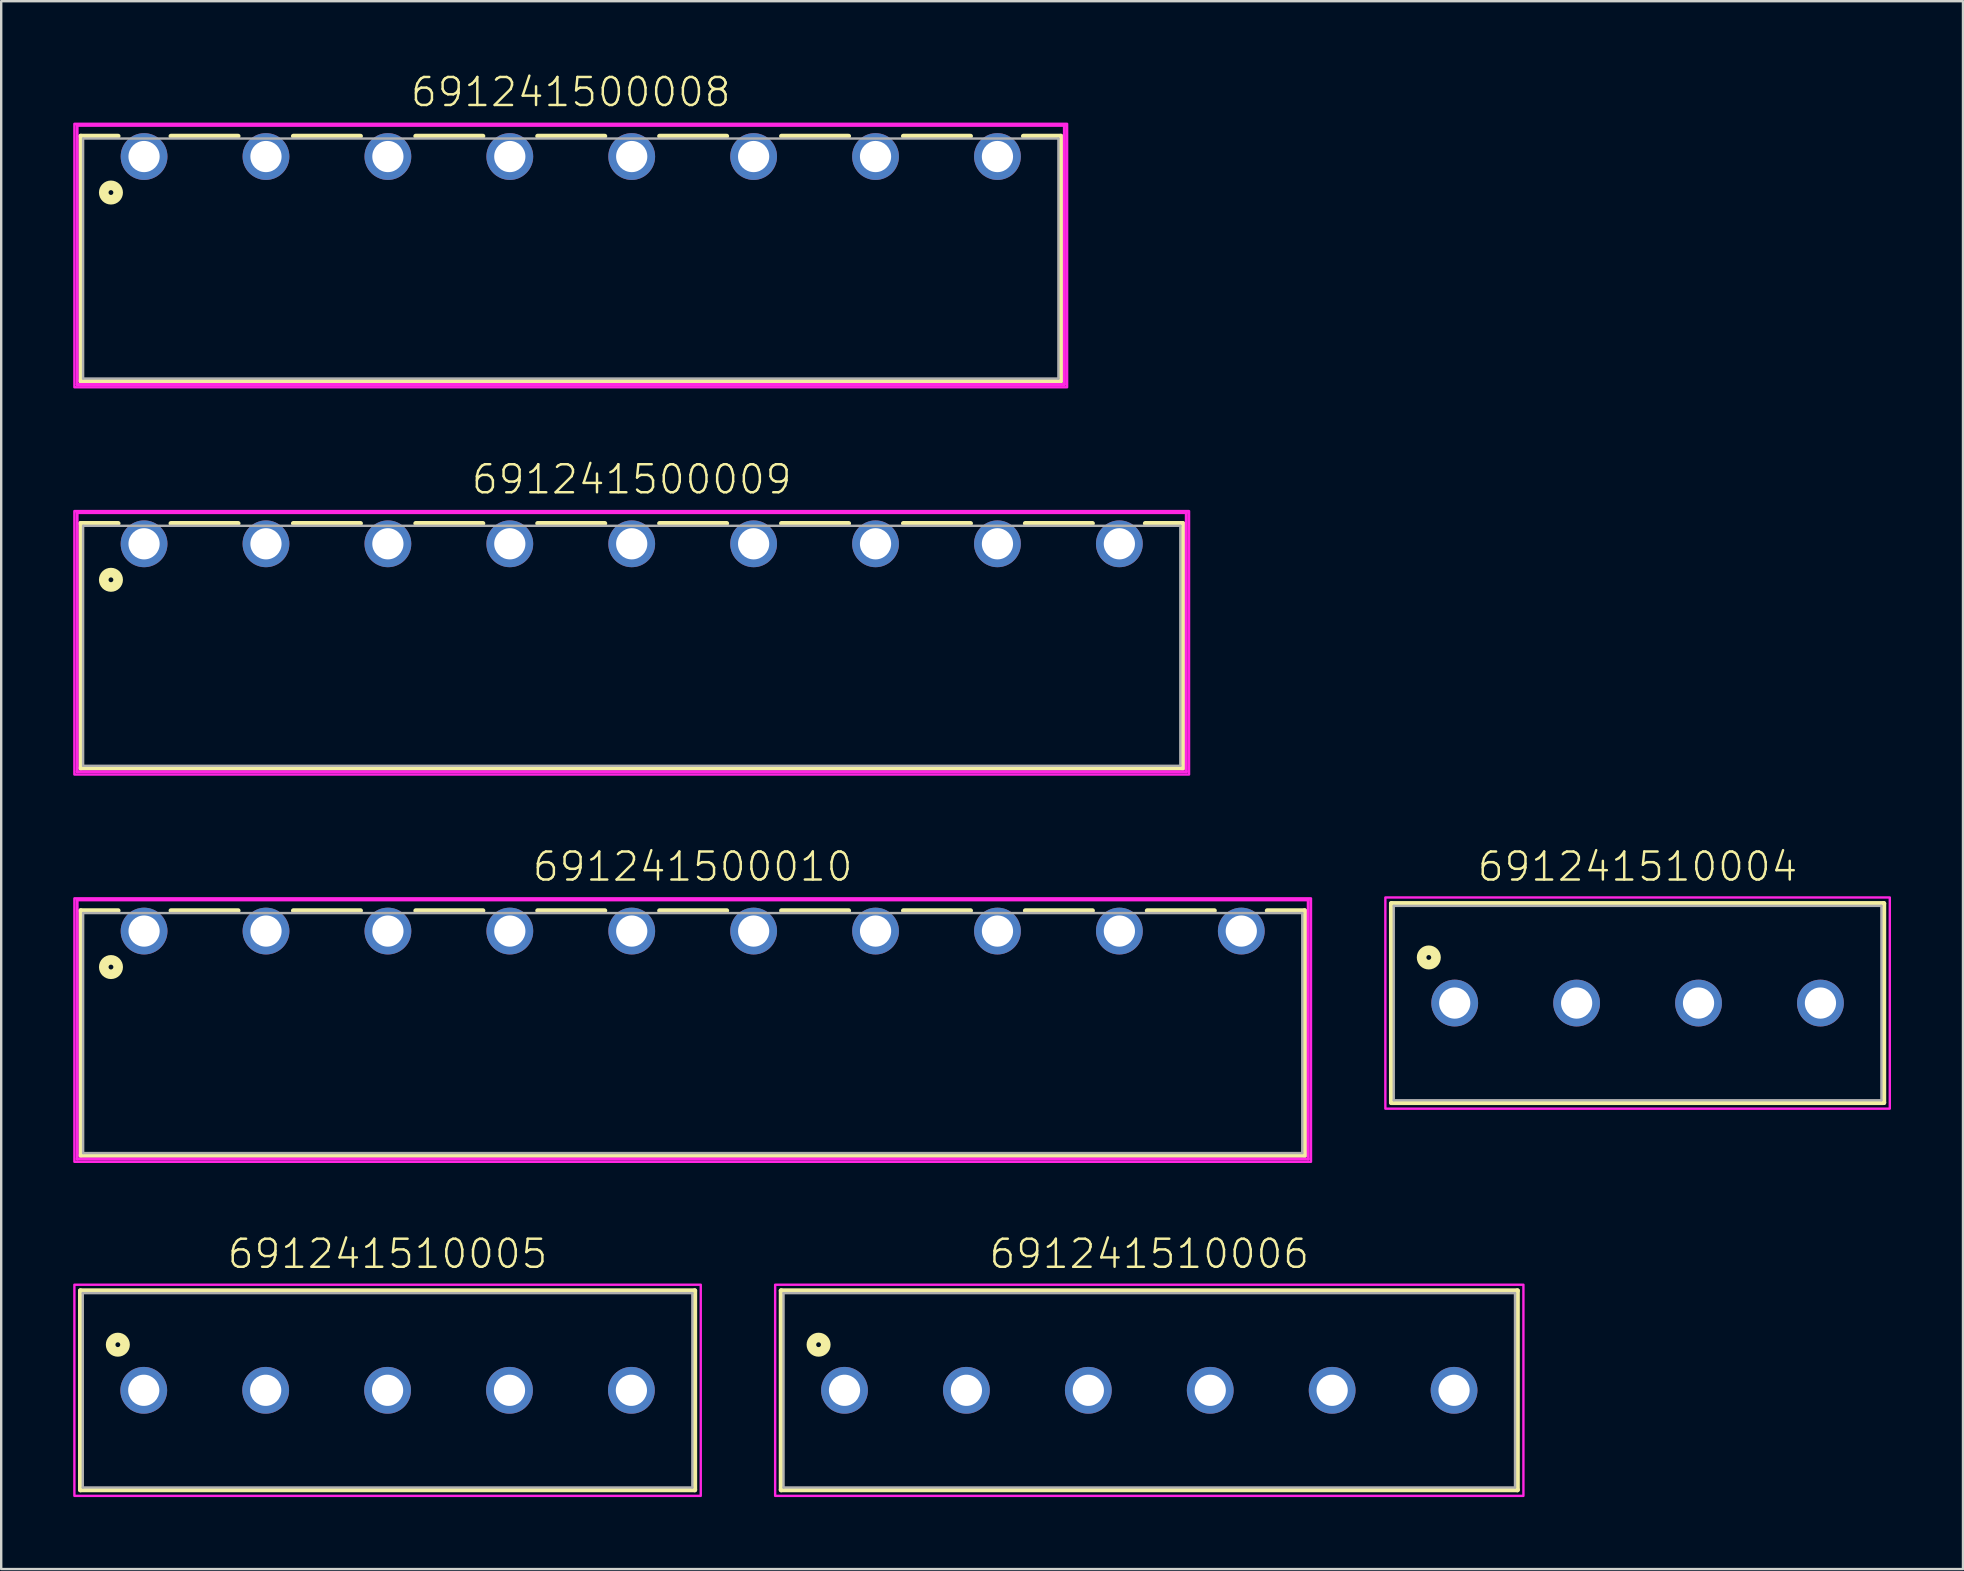
<source format=kicad_pcb>
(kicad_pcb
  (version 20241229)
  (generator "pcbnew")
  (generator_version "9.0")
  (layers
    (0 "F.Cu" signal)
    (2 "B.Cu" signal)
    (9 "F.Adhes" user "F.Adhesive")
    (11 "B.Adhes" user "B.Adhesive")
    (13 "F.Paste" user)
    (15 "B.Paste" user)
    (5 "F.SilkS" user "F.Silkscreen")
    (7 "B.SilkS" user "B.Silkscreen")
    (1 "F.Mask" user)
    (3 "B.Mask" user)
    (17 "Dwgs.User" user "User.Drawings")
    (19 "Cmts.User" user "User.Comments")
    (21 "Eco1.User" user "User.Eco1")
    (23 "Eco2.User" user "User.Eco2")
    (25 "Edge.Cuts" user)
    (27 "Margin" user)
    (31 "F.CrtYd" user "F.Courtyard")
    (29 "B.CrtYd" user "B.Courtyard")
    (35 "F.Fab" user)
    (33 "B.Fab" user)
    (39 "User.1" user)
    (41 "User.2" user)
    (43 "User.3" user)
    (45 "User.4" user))
  (footprint "691241510006"
    (layer "F.Cu")
    (at 44.84 54.883)
    (property "Reference" "691241510006" (at 0 -5 0) (unlocked yes) (layer "F.SilkS") (effects (font (size 1.168 1.168) (thickness 0.102)) (justify bottom)))
    (fp_line (start -15.34 -4.15) (end 15.34 -4.15) (stroke (width 0.2) (type solid)) (layer "F.SilkS"))
    (fp_line (start -15.34 4.15) (end -15.34 -4.15) (stroke (width 0.2) (type solid)) (layer "F.SilkS"))
    (fp_line (start 15.34 -4.15) (end 15.34 4.15) (stroke (width 0.2) (type solid)) (layer "F.SilkS"))
    (fp_line (start 15.34 4.15) (end -15.34 4.15) (stroke (width 0.2) (type solid)) (layer "F.SilkS"))
    (fp_circle (center -13.78 -1.9) (end -13.68 -1.9) (stroke (width 0.4) (type solid)) (fill no) (layer "F.SilkS"))
    (fp_poly (pts (xy 15.59 4.4) (xy -15.59 4.4) (xy -15.59 -4.4) (xy 15.59 -4.4)) (stroke (width 0.1) (type default)) (fill no) (layer "F.CrtYd"))
    (fp_line (start -15.24 -4.05) (end -15.24 4.05) (stroke (width 0.1) (type solid)) (layer "F.Fab"))
    (fp_line (start -15.24 -4.05) (end 15.24 -4.05) (stroke (width 0.1) (type solid)) (layer "F.Fab"))
    (fp_line (start -15.24 4.05) (end 15.24 4.05) (stroke (width 0.1) (type solid)) (layer "F.Fab"))
    (fp_line (start 15.24 -4.05) (end 15.24 4.05) (stroke (width 0.1) (type solid)) (layer "F.Fab"))
    (pad "1" thru_hole circle (at -12.7 0) (size 1.95 1.95) (drill 1.3) (layers "*.Cu" "*.Mask"))
    (pad "2" thru_hole circle (at -7.62 0) (size 1.95 1.95) (drill 1.3) (layers "*.Cu" "*.Mask"))
    (pad "3" thru_hole circle (at -2.54 0) (size 1.95 1.95) (drill 1.3) (layers "*.Cu" "*.Mask"))
    (pad "4" thru_hole circle (at 2.54 0) (size 1.95 1.95) (drill 1.3) (layers "*.Cu" "*.Mask"))
    (pad "5" thru_hole circle (at 7.62 0) (size 1.95 1.95) (drill 1.3) (layers "*.Cu" "*.Mask"))
    (pad "6" thru_hole circle (at 12.7 0) (size 1.95 1.95) (drill 1.3) (layers "*.Cu" "*.Mask")))
  (footprint "691241500008"
    (layer "F.Cu")
    (at 20.733 3.473)
    (property "Reference" "691241500008" (at 0 -2 0) (unlocked yes) (layer "F.SilkS") (effects (font (size 1.168 1.168) (thickness 0.102)) (justify bottom)))
    (fp_line (start -20.42 -0.85) (end -18.86 -0.85) (stroke (width 0.2) (type solid)) (layer "F.SilkS"))
    (fp_line (start -20.42 9.35) (end -20.42 -0.85) (stroke (width 0.2) (type solid)) (layer "F.SilkS"))
    (fp_line (start -16.66 -0.85) (end -13.86 -0.85) (stroke (width 0.2) (type solid)) (layer "F.SilkS"))
    (fp_line (start -11.56 -0.85) (end -8.76 -0.85) (stroke (width 0.2) (type solid)) (layer "F.SilkS"))
    (fp_line (start -6.46 -0.85) (end -3.66 -0.85) (stroke (width 0.2) (type solid)) (layer "F.SilkS"))
    (fp_line (start -1.38 -0.85) (end 1.42 -0.85) (stroke (width 0.2) (type solid)) (layer "F.SilkS"))
    (fp_line (start 3.7 -0.85) (end 6.5 -0.85) (stroke (width 0.2) (type solid)) (layer "F.SilkS"))
    (fp_line (start 8.78 -0.85) (end 11.58 -0.85) (stroke (width 0.2) (type solid)) (layer "F.SilkS"))
    (fp_line (start 13.86 -0.85) (end 16.66 -0.85) (stroke (width 0.2) (type solid)) (layer "F.SilkS"))
    (fp_line (start 18.86 -0.85) (end 20.42 -0.85) (stroke (width 0.2) (type solid)) (layer "F.SilkS"))
    (fp_line (start 20.42 -0.85) (end 20.42 9.35) (stroke (width 0.2) (type solid)) (layer "F.SilkS"))
    (fp_line (start 20.42 9.35) (end -20.42 9.35) (stroke (width 0.2) (type solid)) (layer "F.SilkS"))
    (fp_circle (center -19.16 1.5) (end -19.06 1.5) (stroke (width 0.4) (type solid)) (fill no) (layer "F.SilkS"))
    (fp_line (start -20.57 -1.3) (end 20.57 -1.3) (stroke (width 0.127) (type solid)) (layer "F.CrtYd"))
    (fp_line (start -20.57 9.5) (end -20.57 -1.3) (stroke (width 0.127) (type solid)) (layer "F.CrtYd"))
    (fp_line (start 20.57 -1.3) (end 20.57 9.5) (stroke (width 0.127) (type solid)) (layer "F.CrtYd"))
    (fp_line (start 20.57 9.5) (end -20.57 9.5) (stroke (width 0.127) (type solid)) (layer "F.CrtYd"))
    (fp_poly (pts (xy 20.683 9.614) (xy -20.683 9.614) (xy -20.683 -1.363) (xy 20.683 -1.363)) (stroke (width 0.1) (type default)) (fill no) (layer "F.CrtYd"))
    (fp_line (start -20.32 -0.75) (end 20.32 -0.75) (stroke (width 0.1) (type solid)) (layer "F.Fab"))
    (fp_line (start -20.32 9.25) (end -20.32 -0.75) (stroke (width 0.1) (type solid)) (layer "F.Fab"))
    (fp_line (start 20.32 -0.75) (end 20.32 9.25) (stroke (width 0.1) (type solid)) (layer "F.Fab"))
    (fp_line (start 20.32 9.25) (end -20.32 9.25) (stroke (width 0.1) (type solid)) (layer "F.Fab"))
    (pad "1" thru_hole circle (at -17.78 0) (size 1.95 1.95) (drill 1.3) (layers "*.Cu" "*.Mask"))
    (pad "2" thru_hole circle (at -12.7 0) (size 1.95 1.95) (drill 1.3) (layers "*.Cu" "*.Mask"))
    (pad "3" thru_hole circle (at -7.62 0) (size 1.95 1.95) (drill 1.3) (layers "*.Cu" "*.Mask"))
    (pad "4" thru_hole circle (at -2.54 0) (size 1.95 1.95) (drill 1.3) (layers "*.Cu" "*.Mask"))
    (pad "5" thru_hole circle (at 2.54 0) (size 1.95 1.95) (drill 1.3) (layers "*.Cu" "*.Mask"))
    (pad "6" thru_hole circle (at 7.62 0) (size 1.95 1.95) (drill 1.3) (layers "*.Cu" "*.Mask"))
    (pad "7" thru_hole circle (at 12.7 0) (size 1.95 1.95) (drill 1.3) (layers "*.Cu" "*.Mask"))
    (pad "8" thru_hole circle (at 17.78 0) (size 1.95 1.95) (drill 1.3) (layers "*.Cu" "*.Mask")))
  (footprint "691241500010"
    (layer "F.Cu")
    (at 25.814 35.747)
    (property "Reference" "691241500010" (at 0 -2 0) (unlocked yes) (layer "F.SilkS") (effects (font (size 1.168 1.168) (thickness 0.102)) (justify bottom)))
    (fp_line (start -25.5 -0.85) (end -23.94 -0.85) (stroke (width 0.2) (type solid)) (layer "F.SilkS"))
    (fp_line (start -25.5 9.35) (end -25.5 -0.85) (stroke (width 0.2) (type solid)) (layer "F.SilkS"))
    (fp_line (start -21.74 -0.85) (end -18.94 -0.85) (stroke (width 0.2) (type solid)) (layer "F.SilkS"))
    (fp_line (start -16.64 -0.85) (end -13.84 -0.85) (stroke (width 0.2) (type solid)) (layer "F.SilkS"))
    (fp_line (start -11.54 -0.85) (end -8.74 -0.85) (stroke (width 0.2) (type solid)) (layer "F.SilkS"))
    (fp_line (start -6.46 -0.85) (end -3.66 -0.85) (stroke (width 0.2) (type solid)) (layer "F.SilkS"))
    (fp_line (start -1.38 -0.85) (end 1.42 -0.85) (stroke (width 0.2) (type solid)) (layer "F.SilkS"))
    (fp_line (start 3.7 -0.85) (end 6.5 -0.85) (stroke (width 0.2) (type solid)) (layer "F.SilkS"))
    (fp_line (start 8.78 -0.85) (end 11.58 -0.85) (stroke (width 0.2) (type solid)) (layer "F.SilkS"))
    (fp_line (start 13.86 -0.85) (end 16.66 -0.85) (stroke (width 0.2) (type solid)) (layer "F.SilkS"))
    (fp_line (start 18.94 -0.85) (end 21.74 -0.85) (stroke (width 0.2) (type solid)) (layer "F.SilkS"))
    (fp_line (start 23.94 -0.85) (end 25.5 -0.85) (stroke (width 0.2) (type solid)) (layer "F.SilkS"))
    (fp_line (start 25.5 -0.85) (end 25.5 9.35) (stroke (width 0.2) (type solid)) (layer "F.SilkS"))
    (fp_line (start 25.5 9.35) (end -25.5 9.35) (stroke (width 0.2) (type solid)) (layer "F.SilkS"))
    (fp_circle (center -24.24 1.5) (end -24.14 1.5) (stroke (width 0.4) (type solid)) (fill no) (layer "F.SilkS"))
    (fp_line (start -25.65 -1.3) (end 25.65 -1.3) (stroke (width 0.127) (type solid)) (layer "F.CrtYd"))
    (fp_line (start -25.65 9.5) (end -25.65 -1.3) (stroke (width 0.127) (type solid)) (layer "F.CrtYd"))
    (fp_line (start 25.65 -1.3) (end 25.65 9.5) (stroke (width 0.127) (type solid)) (layer "F.CrtYd"))
    (fp_line (start 25.65 9.5) (end -25.65 9.5) (stroke (width 0.127) (type solid)) (layer "F.CrtYd"))
    (fp_poly (pts (xy 25.764 9.614) (xy -25.764 9.614) (xy -25.764 -1.363) (xy 25.764 -1.363)) (stroke (width 0.1) (type default)) (fill no) (layer "F.CrtYd"))
    (fp_line (start -25.4 -0.75) (end 25.4 -0.75) (stroke (width 0.1) (type solid)) (layer "F.Fab"))
    (fp_line (start -25.4 9.25) (end -25.4 -0.75) (stroke (width 0.1) (type solid)) (layer "F.Fab"))
    (fp_line (start 25.4 -0.75) (end 25.4 9.25) (stroke (width 0.1) (type solid)) (layer "F.Fab"))
    (fp_line (start 25.4 9.25) (end -25.4 9.25) (stroke (width 0.1) (type solid)) (layer "F.Fab"))
    (pad "1" thru_hole circle (at -22.86 0) (size 1.95 1.95) (drill 1.3) (layers "*.Cu" "*.Mask"))
    (pad "2" thru_hole circle (at -17.78 0) (size 1.95 1.95) (drill 1.3) (layers "*.Cu" "*.Mask"))
    (pad "3" thru_hole circle (at -12.7 0) (size 1.95 1.95) (drill 1.3) (layers "*.Cu" "*.Mask"))
    (pad "4" thru_hole circle (at -7.62 0) (size 1.95 1.95) (drill 1.3) (layers "*.Cu" "*.Mask"))
    (pad "5" thru_hole circle (at -2.54 0) (size 1.95 1.95) (drill 1.3) (layers "*.Cu" "*.Mask"))
    (pad "6" thru_hole circle (at 2.54 0) (size 1.95 1.95) (drill 1.3) (layers "*.Cu" "*.Mask"))
    (pad "7" thru_hole circle (at 7.62 0) (size 1.95 1.95) (drill 1.3) (layers "*.Cu" "*.Mask"))
    (pad "8" thru_hole circle (at 12.7 0) (size 1.95 1.95) (drill 1.3) (layers "*.Cu" "*.Mask"))
    (pad "9" thru_hole circle (at 17.78 0) (size 1.95 1.95) (drill 1.3) (layers "*.Cu" "*.Mask"))
    (pad "10" thru_hole circle (at 22.86 0) (size 1.95 1.95) (drill 1.3) (layers "*.Cu" "*.Mask")))
  (footprint "691241510005"
    (layer "F.Cu")
    (at 13.1 54.883)
    (property "Reference" "691241510005" (at 0 -5 0) (unlocked yes) (layer "F.SilkS") (effects (font (size 1.168 1.168) (thickness 0.102)) (justify bottom)))
    (fp_line (start -12.8 -4.15) (end 12.8 -4.15) (stroke (width 0.2) (type solid)) (layer "F.SilkS"))
    (fp_line (start -12.8 4.15) (end -12.8 -4.15) (stroke (width 0.2) (type solid)) (layer "F.SilkS"))
    (fp_line (start 12.8 -4.15) (end 12.8 4.15) (stroke (width 0.2) (type solid)) (layer "F.SilkS"))
    (fp_line (start 12.8 4.15) (end -12.8 4.15) (stroke (width 0.2) (type solid)) (layer "F.SilkS"))
    (fp_circle (center -11.24 -1.9) (end -11.14 -1.9) (stroke (width 0.4) (type solid)) (fill no) (layer "F.SilkS"))
    (fp_poly (pts (xy 13.05 4.4) (xy -13.05 4.4) (xy -13.05 -4.4) (xy 13.05 -4.4)) (stroke (width 0.1) (type default)) (fill no) (layer "F.CrtYd"))
    (fp_line (start -12.7 -4.05) (end -12.7 4.05) (stroke (width 0.1) (type solid)) (layer "F.Fab"))
    (fp_line (start -12.7 -4.05) (end 12.7 -4.05) (stroke (width 0.1) (type solid)) (layer "F.Fab"))
    (fp_line (start -12.7 4.05) (end 12.7 4.05) (stroke (width 0.1) (type solid)) (layer "F.Fab"))
    (fp_line (start 12.7 -4.05) (end 12.7 4.05) (stroke (width 0.1) (type solid)) (layer "F.Fab"))
    (pad "1" thru_hole circle (at -10.16 0) (size 1.95 1.95) (drill 1.3) (layers "*.Cu" "*.Mask"))
    (pad "2" thru_hole circle (at -5.08 0) (size 1.95 1.95) (drill 1.3) (layers "*.Cu" "*.Mask"))
    (pad "3" thru_hole circle (at 0 0) (size 1.95 1.95) (drill 1.3) (layers "*.Cu" "*.Mask"))
    (pad "4" thru_hole circle (at 5.08 0) (size 1.95 1.95) (drill 1.3) (layers "*.Cu" "*.Mask"))
    (pad "5" thru_hole circle (at 10.16 0) (size 1.95 1.95) (drill 1.3) (layers "*.Cu" "*.Mask")))
  (footprint "691241500009"
    (layer "F.Cu")
    (at 23.273 19.61)
    (property "Reference" "691241500009" (at 0 -2 0) (unlocked yes) (layer "F.SilkS") (effects (font (size 1.168 1.168) (thickness 0.102)) (justify bottom)))
    (fp_line (start -22.96 -0.85) (end -21.4 -0.85) (stroke (width 0.2) (type solid)) (layer "F.SilkS"))
    (fp_line (start -22.96 9.35) (end -22.96 -0.85) (stroke (width 0.2) (type solid)) (layer "F.SilkS"))
    (fp_line (start -19.2 -0.85) (end -16.4 -0.85) (stroke (width 0.2) (type solid)) (layer "F.SilkS"))
    (fp_line (start -14.1 -0.85) (end -11.3 -0.85) (stroke (width 0.2) (type solid)) (layer "F.SilkS"))
    (fp_line (start -9 -0.85) (end -6.2 -0.85) (stroke (width 0.2) (type solid)) (layer "F.SilkS"))
    (fp_line (start -3.92 -0.85) (end -1.12 -0.85) (stroke (width 0.2) (type solid)) (layer "F.SilkS"))
    (fp_line (start 1.16 -0.85) (end 3.96 -0.85) (stroke (width 0.2) (type solid)) (layer "F.SilkS"))
    (fp_line (start 6.24 -0.85) (end 9.04 -0.85) (stroke (width 0.2) (type solid)) (layer "F.SilkS"))
    (fp_line (start 11.32 -0.85) (end 14.12 -0.85) (stroke (width 0.2) (type solid)) (layer "F.SilkS"))
    (fp_line (start 16.4 -0.85) (end 19.2 -0.85) (stroke (width 0.2) (type solid)) (layer "F.SilkS"))
    (fp_line (start 21.4 -0.85) (end 22.96 -0.85) (stroke (width 0.2) (type solid)) (layer "F.SilkS"))
    (fp_line (start 22.96 -0.85) (end 22.96 9.35) (stroke (width 0.2) (type solid)) (layer "F.SilkS"))
    (fp_line (start 22.96 9.35) (end -22.96 9.35) (stroke (width 0.2) (type solid)) (layer "F.SilkS"))
    (fp_circle (center -21.7 1.5) (end -21.6 1.5) (stroke (width 0.4) (type solid)) (fill no) (layer "F.SilkS"))
    (fp_line (start -23.11 -1.3) (end 23.11 -1.3) (stroke (width 0.127) (type solid)) (layer "F.CrtYd"))
    (fp_line (start -23.11 9.5) (end -23.11 -1.3) (stroke (width 0.127) (type solid)) (layer "F.CrtYd"))
    (fp_line (start 23.11 -1.3) (end 23.11 9.5) (stroke (width 0.127) (type solid)) (layer "F.CrtYd"))
    (fp_line (start 23.11 9.5) (end -23.11 9.5) (stroke (width 0.127) (type solid)) (layer "F.CrtYd"))
    (fp_poly (pts (xy 23.224 9.614) (xy -23.224 9.614) (xy -23.224 -1.363) (xy 23.224 -1.363)) (stroke (width 0.1) (type default)) (fill no) (layer "F.CrtYd"))
    (fp_line (start -22.86 -0.75) (end 22.86 -0.75) (stroke (width 0.1) (type solid)) (layer "F.Fab"))
    (fp_line (start -22.86 9.25) (end -22.86 -0.75) (stroke (width 0.1) (type solid)) (layer "F.Fab"))
    (fp_line (start 22.86 -0.75) (end 22.86 9.25) (stroke (width 0.1) (type solid)) (layer "F.Fab"))
    (fp_line (start 22.86 9.25) (end -22.86 9.25) (stroke (width 0.1) (type solid)) (layer "F.Fab"))
    (pad "1" thru_hole circle (at -20.32 0) (size 1.95 1.95) (drill 1.3) (layers "*.Cu" "*.Mask"))
    (pad "2" thru_hole circle (at -15.24 0) (size 1.95 1.95) (drill 1.3) (layers "*.Cu" "*.Mask"))
    (pad "3" thru_hole circle (at -10.16 0) (size 1.95 1.95) (drill 1.3) (layers "*.Cu" "*.Mask"))
    (pad "4" thru_hole circle (at -5.08 0) (size 1.95 1.95) (drill 1.3) (layers "*.Cu" "*.Mask"))
    (pad "5" thru_hole circle (at 0 0) (size 1.95 1.95) (drill 1.3) (layers "*.Cu" "*.Mask"))
    (pad "6" thru_hole circle (at 5.08 0) (size 1.95 1.95) (drill 1.3) (layers "*.Cu" "*.Mask"))
    (pad "7" thru_hole circle (at 10.16 0) (size 1.95 1.95) (drill 1.3) (layers "*.Cu" "*.Mask"))
    (pad "8" thru_hole circle (at 15.24 0) (size 1.95 1.95) (drill 1.3) (layers "*.Cu" "*.Mask"))
    (pad "9" thru_hole circle (at 20.32 0) (size 1.95 1.95) (drill 1.3) (layers "*.Cu" "*.Mask")))
  (footprint "691241510004"
    (layer "F.Cu")
    (at 65.187 38.747)
    (property "Reference" "691241510004" (at 0 -5 0) (unlocked yes) (layer "F.SilkS") (effects (font (size 1.168 1.168) (thickness 0.102)) (justify bottom)))
    (fp_line (start -10.26 -4.15) (end 10.26 -4.15) (stroke (width 0.2) (type solid)) (layer "F.SilkS"))
    (fp_line (start -10.26 4.15) (end -10.26 -4.15) (stroke (width 0.2) (type solid)) (layer "F.SilkS"))
    (fp_line (start 10.26 -4.15) (end 10.26 4.15) (stroke (width 0.2) (type solid)) (layer "F.SilkS"))
    (fp_line (start 10.26 4.15) (end -10.26 4.15) (stroke (width 0.2) (type solid)) (layer "F.SilkS"))
    (fp_circle (center -8.7 -1.9) (end -8.6 -1.9) (stroke (width 0.4) (type solid)) (fill no) (layer "F.SilkS"))
    (fp_poly (pts (xy 10.51 4.4) (xy -10.51 4.4) (xy -10.51 -4.4) (xy 10.51 -4.4)) (stroke (width 0.1) (type default)) (fill no) (layer "F.CrtYd"))
    (fp_line (start -10.16 -4.05) (end -10.16 4.05) (stroke (width 0.1) (type solid)) (layer "F.Fab"))
    (fp_line (start -10.16 -4.05) (end 10.16 -4.05) (stroke (width 0.1) (type solid)) (layer "F.Fab"))
    (fp_line (start -10.16 4.05) (end 10.16 4.05) (stroke (width 0.1) (type solid)) (layer "F.Fab"))
    (fp_line (start 10.16 -4.05) (end 10.16 4.05) (stroke (width 0.1) (type solid)) (layer "F.Fab"))
    (pad "1" thru_hole circle (at -7.62 0) (size 1.95 1.95) (drill 1.3) (layers "*.Cu" "*.Mask"))
    (pad "2" thru_hole circle (at -2.54 0) (size 1.95 1.95) (drill 1.3) (layers "*.Cu" "*.Mask"))
    (pad "3" thru_hole circle (at 2.54 0) (size 1.95 1.95) (drill 1.3) (layers "*.Cu" "*.Mask"))
    (pad "4" thru_hole circle (at 7.62 0) (size 1.95 1.95) (drill 1.3) (layers "*.Cu" "*.Mask")))
  (gr_rect
    (start -3 -3)
    (end 78.747 62.333)
    (stroke (width 0.1) (type default))
    (fill no)
    (layer "Edge.Cuts")))
</source>
